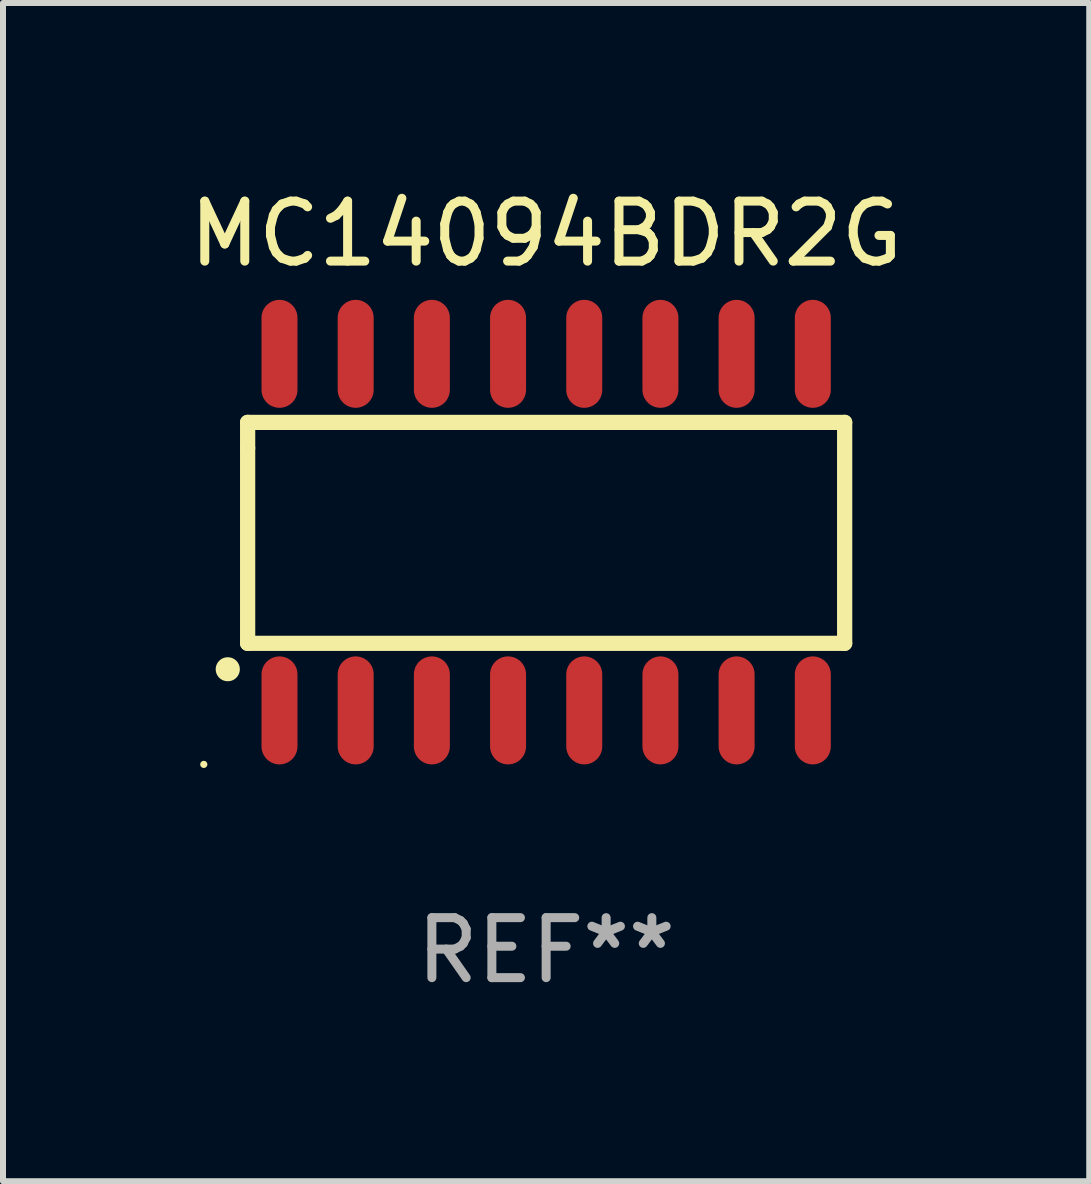
<source format=kicad_pcb>
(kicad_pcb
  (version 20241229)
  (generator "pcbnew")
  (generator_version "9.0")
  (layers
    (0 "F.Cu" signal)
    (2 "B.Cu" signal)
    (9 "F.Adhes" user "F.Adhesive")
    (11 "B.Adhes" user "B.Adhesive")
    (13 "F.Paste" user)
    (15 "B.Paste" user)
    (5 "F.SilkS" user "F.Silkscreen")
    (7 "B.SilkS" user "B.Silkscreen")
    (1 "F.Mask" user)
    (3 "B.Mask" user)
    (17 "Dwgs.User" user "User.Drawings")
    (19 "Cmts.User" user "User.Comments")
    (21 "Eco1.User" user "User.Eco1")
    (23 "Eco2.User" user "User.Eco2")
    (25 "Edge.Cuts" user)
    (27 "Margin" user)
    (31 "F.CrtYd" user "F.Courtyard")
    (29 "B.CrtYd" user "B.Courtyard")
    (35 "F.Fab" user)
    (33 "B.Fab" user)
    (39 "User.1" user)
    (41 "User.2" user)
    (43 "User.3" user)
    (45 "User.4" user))
  (footprint "MC14094BDR2G"
    (layer "F.Cu")
    (at 6.054 5.82)
    (property "Reference" "MC14094BDR2G" (at 0 -4.972 0) (layer "F.SilkS") (effects (font (size 1 1) (thickness 0.15))))
    (attr through_hole)
    (fp_line (start -4.976 -1.829) (end -4.976 -1.4) (stroke (width 0.254) (type solid)) (layer "F.SilkS"))
    (fp_line (start -4.976 -1.4) (end -4.976 1.854) (stroke (width 0.254) (type solid)) (layer "F.SilkS"))
    (fp_line (start -4.976 1.854) (end 4.976 1.854) (stroke (width 0.254) (type solid)) (layer "F.SilkS"))
    (fp_line (start 4.976 -1.829) (end -4.976 -1.829) (stroke (width 0.254) (type solid)) (layer "F.SilkS"))
    (fp_line (start 4.976 1.854) (end 4.976 -1.829) (stroke (width 0.254) (type solid)) (layer "F.SilkS"))
    (fp_arc (start -5.308611 2.286005) (mid -5.307341 2.286001) (end -5.306071 2.286005) (stroke (width 0.4) (type solid)) (layer "F.SilkS"))
    (fp_circle (center -5.707 3.872) (end -5.677 3.872) (stroke (width 0.06) (type solid)) (fill no) (layer "F.SilkS"))
    (fp_text user "REF**" (at 0 6.972 0) (layer "F.Fab") (effects (font (size 1 1) (thickness 0.15))))
    (pad "1" smd oval (at -4.445 2.972 180) (size 0.6 1.8) (layers "F.Cu" "F.Mask" "F.Paste"))
    (pad "2" smd oval (at -3.175 2.972 180) (size 0.6 1.8) (layers "F.Cu" "F.Mask" "F.Paste"))
    (pad "3" smd oval (at -1.905 2.972 180) (size 0.6 1.8) (layers "F.Cu" "F.Mask" "F.Paste"))
    (pad "4" smd oval (at -0.635 2.972 180) (size 0.6 1.8) (layers "F.Cu" "F.Mask" "F.Paste"))
    (pad "5" smd oval (at 0.635 2.972 180) (size 0.6 1.8) (layers "F.Cu" "F.Mask" "F.Paste"))
    (pad "6" smd oval (at 1.905 2.972 180) (size 0.6 1.8) (layers "F.Cu" "F.Mask" "F.Paste"))
    (pad "7" smd oval (at 3.175 2.972 180) (size 0.6 1.8) (layers "F.Cu" "F.Mask" "F.Paste"))
    (pad "8" smd oval (at 4.445 2.972 180) (size 0.6 1.8) (layers "F.Cu" "F.Mask" "F.Paste"))
    (pad "9" smd oval (at 4.445 -2.972 180) (size 0.6 1.8) (layers "F.Cu" "F.Mask" "F.Paste"))
    (pad "10" smd oval (at 3.175 -2.972 180) (size 0.6 1.8) (layers "F.Cu" "F.Mask" "F.Paste"))
    (pad "11" smd oval (at 1.905 -2.972 180) (size 0.6 1.8) (layers "F.Cu" "F.Mask" "F.Paste"))
    (pad "12" smd oval (at 0.635 -2.972 180) (size 0.6 1.8) (layers "F.Cu" "F.Mask" "F.Paste"))
    (pad "13" smd oval (at -0.635 -2.972 180) (size 0.6 1.8) (layers "F.Cu" "F.Mask" "F.Paste"))
    (pad "14" smd oval (at -1.905 -2.972 180) (size 0.6 1.8) (layers "F.Cu" "F.Mask" "F.Paste"))
    (pad "15" smd oval (at -3.175 -2.972 180) (size 0.6 1.8) (layers "F.Cu" "F.Mask" "F.Paste"))
    (pad "16" smd oval (at -4.445 -2.972 180) (size 0.6 1.8) (layers "F.Cu" "F.Mask" "F.Paste")))
  (gr_rect
    (start -3 -3)
    (end 15.107 16.64)
    (stroke (width 0.1) (type default))
    (fill no)
    (layer "Edge.Cuts")))
</source>
